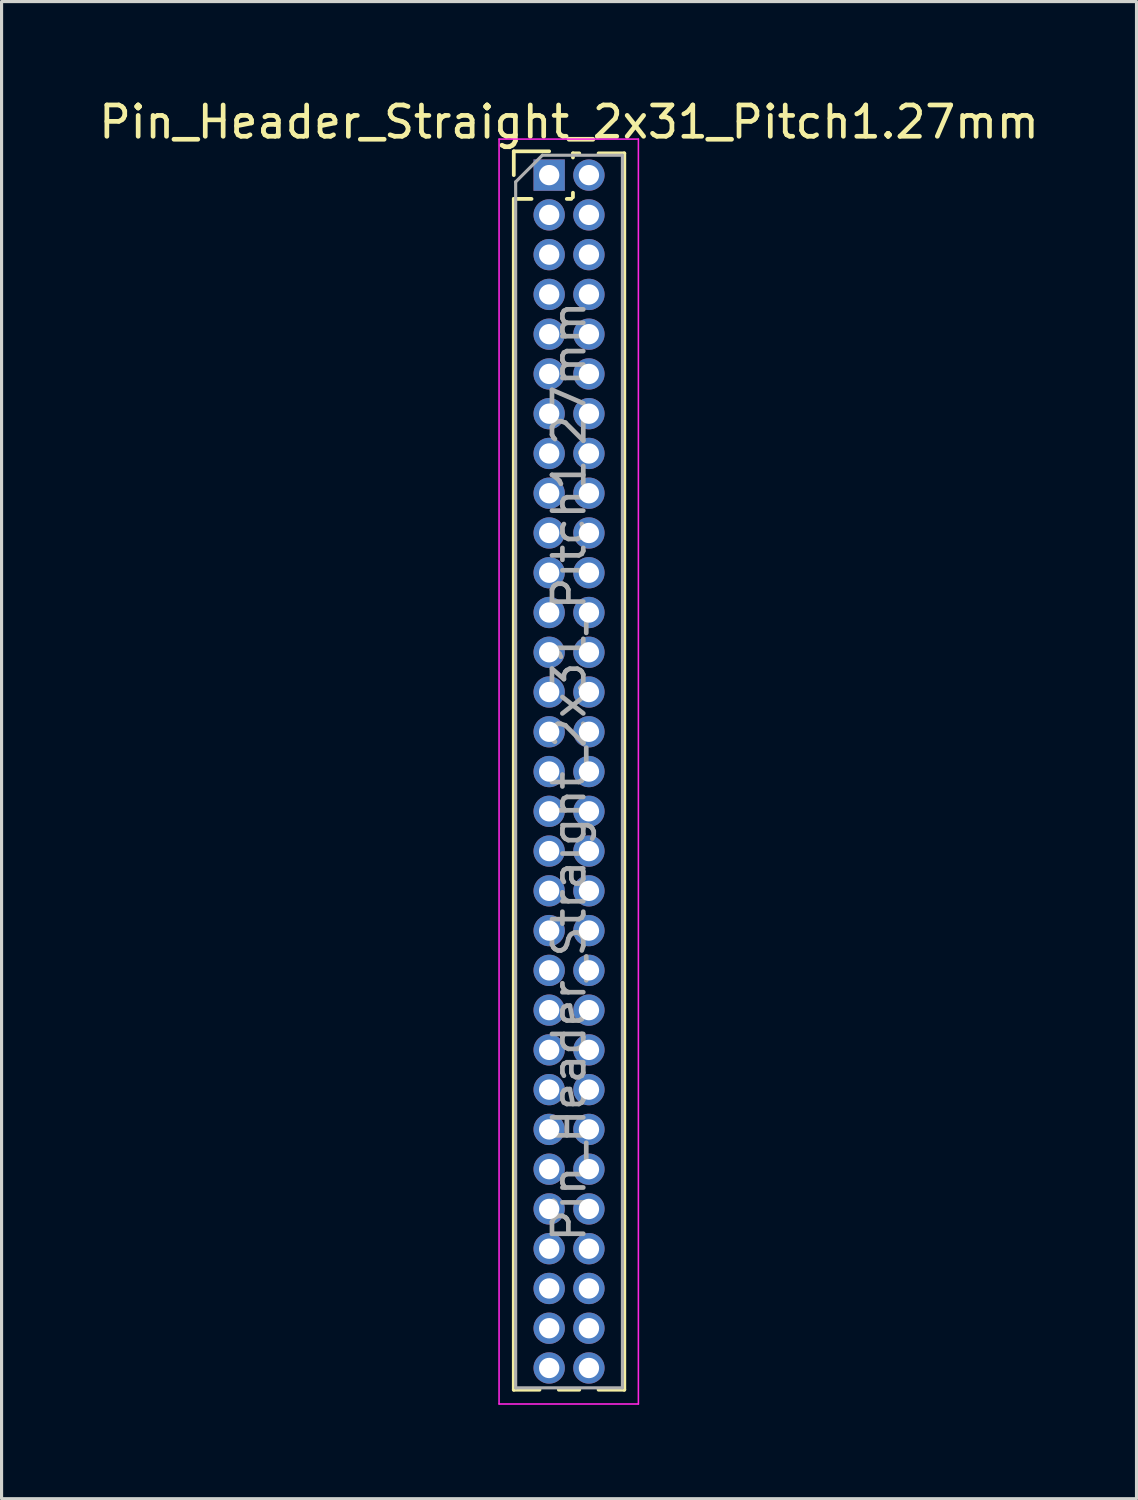
<source format=kicad_pcb>
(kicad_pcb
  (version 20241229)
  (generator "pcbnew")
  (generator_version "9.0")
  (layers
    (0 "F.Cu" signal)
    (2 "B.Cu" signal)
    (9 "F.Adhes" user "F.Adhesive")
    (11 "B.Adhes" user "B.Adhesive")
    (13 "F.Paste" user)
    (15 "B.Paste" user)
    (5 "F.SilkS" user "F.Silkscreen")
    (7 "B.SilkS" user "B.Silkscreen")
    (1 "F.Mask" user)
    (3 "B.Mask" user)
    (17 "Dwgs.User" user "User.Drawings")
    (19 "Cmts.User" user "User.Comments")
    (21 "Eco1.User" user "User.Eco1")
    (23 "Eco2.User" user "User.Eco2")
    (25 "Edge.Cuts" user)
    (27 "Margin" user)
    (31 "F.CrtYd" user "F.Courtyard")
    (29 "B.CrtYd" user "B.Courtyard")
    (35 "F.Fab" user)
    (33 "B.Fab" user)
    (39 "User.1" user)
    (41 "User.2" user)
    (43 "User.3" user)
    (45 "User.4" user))
  (footprint "Pin_Header_Straight_2x31_Pitch1.27mm"
    (layer "F.Cu")
    (at 14.49 2.543)
    (property "Reference" "Pin_Header_Straight_2x31_Pitch1.27mm" (at 0.635 -1.695 0) (layer "F.SilkS") (effects (font (size 1 1) (thickness 0.15))))
    (attr through_hole)
    (fp_line (start -1.13 -0.76) (end 0 -0.76) (stroke (width 0.12) (type solid)) (layer "F.SilkS"))
    (fp_line (start -1.13 0) (end -1.13 -0.76) (stroke (width 0.12) (type solid)) (layer "F.SilkS"))
    (fp_line (start -1.13 0.76) (end -1.13 38.795) (stroke (width 0.12) (type solid)) (layer "F.SilkS"))
    (fp_line (start -1.13 0.76) (end -0.563 0.76) (stroke (width 0.12) (type solid)) (layer "F.SilkS"))
    (fp_line (start -1.13 38.795) (end -0.308 38.795) (stroke (width 0.12) (type solid)) (layer "F.SilkS"))
    (fp_line (start 0.308 38.795) (end 0.962 38.795) (stroke (width 0.12) (type solid)) (layer "F.SilkS"))
    (fp_line (start 0.563 0.76) (end 0.707 0.76) (stroke (width 0.12) (type solid)) (layer "F.SilkS"))
    (fp_line (start 0.76 -0.695) (end 0.962 -0.695) (stroke (width 0.12) (type solid)) (layer "F.SilkS"))
    (fp_line (start 0.76 -0.563) (end 0.76 -0.695) (stroke (width 0.12) (type solid)) (layer "F.SilkS"))
    (fp_line (start 0.76 0.707) (end 0.76 0.563) (stroke (width 0.12) (type solid)) (layer "F.SilkS"))
    (fp_line (start 1.578 -0.695) (end 2.4 -0.695) (stroke (width 0.12) (type solid)) (layer "F.SilkS"))
    (fp_line (start 1.578 38.795) (end 2.4 38.795) (stroke (width 0.12) (type solid)) (layer "F.SilkS"))
    (fp_line (start 2.4 -0.695) (end 2.4 38.795) (stroke (width 0.12) (type solid)) (layer "F.SilkS"))
    (fp_line (start -1.6 -1.15) (end -1.6 39.25) (stroke (width 0.05) (type solid)) (layer "F.CrtYd"))
    (fp_line (start -1.6 39.25) (end 2.85 39.25) (stroke (width 0.05) (type solid)) (layer "F.CrtYd"))
    (fp_line (start 2.85 -1.15) (end -1.6 -1.15) (stroke (width 0.05) (type solid)) (layer "F.CrtYd"))
    (fp_line (start 2.85 39.25) (end 2.85 -1.15) (stroke (width 0.05) (type solid)) (layer "F.CrtYd"))
    (fp_line (start -1.07 0.217) (end -0.217 -0.635) (stroke (width 0.1) (type solid)) (layer "F.Fab"))
    (fp_line (start -1.07 38.735) (end -1.07 0.217) (stroke (width 0.1) (type solid)) (layer "F.Fab"))
    (fp_line (start -0.217 -0.635) (end 2.34 -0.635) (stroke (width 0.1) (type solid)) (layer "F.Fab"))
    (fp_line (start 2.34 -0.635) (end 2.34 38.735) (stroke (width 0.1) (type solid)) (layer "F.Fab"))
    (fp_line (start 2.34 38.735) (end -1.07 38.735) (stroke (width 0.1) (type solid)) (layer "F.Fab"))
    (fp_text user "${REFERENCE}" (at 0.635 19.05 90) (layer "F.Fab") (effects (font (size 1 1) (thickness 0.15))))
    (pad "1" thru_hole rect (at 0 0) (size 1 1) (drill 0.65) (layers "*.Cu" "*.Mask"))
    (pad "2" thru_hole oval (at 1.27 0) (size 1 1) (drill 0.65) (layers "*.Cu" "*.Mask"))
    (pad "3" thru_hole oval (at 0 1.27) (size 1 1) (drill 0.65) (layers "*.Cu" "*.Mask"))
    (pad "4" thru_hole oval (at 1.27 1.27) (size 1 1) (drill 0.65) (layers "*.Cu" "*.Mask"))
    (pad "5" thru_hole oval (at 0 2.54) (size 1 1) (drill 0.65) (layers "*.Cu" "*.Mask"))
    (pad "6" thru_hole oval (at 1.27 2.54) (size 1 1) (drill 0.65) (layers "*.Cu" "*.Mask"))
    (pad "7" thru_hole oval (at 0 3.81) (size 1 1) (drill 0.65) (layers "*.Cu" "*.Mask"))
    (pad "8" thru_hole oval (at 1.27 3.81) (size 1 1) (drill 0.65) (layers "*.Cu" "*.Mask"))
    (pad "9" thru_hole oval (at 0 5.08) (size 1 1) (drill 0.65) (layers "*.Cu" "*.Mask"))
    (pad "10" thru_hole oval (at 1.27 5.08) (size 1 1) (drill 0.65) (layers "*.Cu" "*.Mask"))
    (pad "11" thru_hole oval (at 0 6.35) (size 1 1) (drill 0.65) (layers "*.Cu" "*.Mask"))
    (pad "12" thru_hole oval (at 1.27 6.35) (size 1 1) (drill 0.65) (layers "*.Cu" "*.Mask"))
    (pad "13" thru_hole oval (at 0 7.62) (size 1 1) (drill 0.65) (layers "*.Cu" "*.Mask"))
    (pad "14" thru_hole oval (at 1.27 7.62) (size 1 1) (drill 0.65) (layers "*.Cu" "*.Mask"))
    (pad "15" thru_hole oval (at 0 8.89) (size 1 1) (drill 0.65) (layers "*.Cu" "*.Mask"))
    (pad "16" thru_hole oval (at 1.27 8.89) (size 1 1) (drill 0.65) (layers "*.Cu" "*.Mask"))
    (pad "17" thru_hole oval (at 0 10.16) (size 1 1) (drill 0.65) (layers "*.Cu" "*.Mask"))
    (pad "18" thru_hole oval (at 1.27 10.16) (size 1 1) (drill 0.65) (layers "*.Cu" "*.Mask"))
    (pad "19" thru_hole oval (at 0 11.43) (size 1 1) (drill 0.65) (layers "*.Cu" "*.Mask"))
    (pad "20" thru_hole oval (at 1.27 11.43) (size 1 1) (drill 0.65) (layers "*.Cu" "*.Mask"))
    (pad "21" thru_hole oval (at 0 12.7) (size 1 1) (drill 0.65) (layers "*.Cu" "*.Mask"))
    (pad "22" thru_hole oval (at 1.27 12.7) (size 1 1) (drill 0.65) (layers "*.Cu" "*.Mask"))
    (pad "23" thru_hole oval (at 0 13.97) (size 1 1) (drill 0.65) (layers "*.Cu" "*.Mask"))
    (pad "24" thru_hole oval (at 1.27 13.97) (size 1 1) (drill 0.65) (layers "*.Cu" "*.Mask"))
    (pad "25" thru_hole oval (at 0 15.24) (size 1 1) (drill 0.65) (layers "*.Cu" "*.Mask"))
    (pad "26" thru_hole oval (at 1.27 15.24) (size 1 1) (drill 0.65) (layers "*.Cu" "*.Mask"))
    (pad "27" thru_hole oval (at 0 16.51) (size 1 1) (drill 0.65) (layers "*.Cu" "*.Mask"))
    (pad "28" thru_hole oval (at 1.27 16.51) (size 1 1) (drill 0.65) (layers "*.Cu" "*.Mask"))
    (pad "29" thru_hole oval (at 0 17.78) (size 1 1) (drill 0.65) (layers "*.Cu" "*.Mask"))
    (pad "30" thru_hole oval (at 1.27 17.78) (size 1 1) (drill 0.65) (layers "*.Cu" "*.Mask"))
    (pad "31" thru_hole oval (at 0 19.05) (size 1 1) (drill 0.65) (layers "*.Cu" "*.Mask"))
    (pad "32" thru_hole oval (at 1.27 19.05) (size 1 1) (drill 0.65) (layers "*.Cu" "*.Mask"))
    (pad "33" thru_hole oval (at 0 20.32) (size 1 1) (drill 0.65) (layers "*.Cu" "*.Mask"))
    (pad "34" thru_hole oval (at 1.27 20.32) (size 1 1) (drill 0.65) (layers "*.Cu" "*.Mask"))
    (pad "35" thru_hole oval (at 0 21.59) (size 1 1) (drill 0.65) (layers "*.Cu" "*.Mask"))
    (pad "36" thru_hole oval (at 1.27 21.59) (size 1 1) (drill 0.65) (layers "*.Cu" "*.Mask"))
    (pad "37" thru_hole oval (at 0 22.86) (size 1 1) (drill 0.65) (layers "*.Cu" "*.Mask"))
    (pad "38" thru_hole oval (at 1.27 22.86) (size 1 1) (drill 0.65) (layers "*.Cu" "*.Mask"))
    (pad "39" thru_hole oval (at 0 24.13) (size 1 1) (drill 0.65) (layers "*.Cu" "*.Mask"))
    (pad "40" thru_hole oval (at 1.27 24.13) (size 1 1) (drill 0.65) (layers "*.Cu" "*.Mask"))
    (pad "41" thru_hole oval (at 0 25.4) (size 1 1) (drill 0.65) (layers "*.Cu" "*.Mask"))
    (pad "42" thru_hole oval (at 1.27 25.4) (size 1 1) (drill 0.65) (layers "*.Cu" "*.Mask"))
    (pad "43" thru_hole oval (at 0 26.67) (size 1 1) (drill 0.65) (layers "*.Cu" "*.Mask"))
    (pad "44" thru_hole oval (at 1.27 26.67) (size 1 1) (drill 0.65) (layers "*.Cu" "*.Mask"))
    (pad "45" thru_hole oval (at 0 27.94) (size 1 1) (drill 0.65) (layers "*.Cu" "*.Mask"))
    (pad "46" thru_hole oval (at 1.27 27.94) (size 1 1) (drill 0.65) (layers "*.Cu" "*.Mask"))
    (pad "47" thru_hole oval (at 0 29.21) (size 1 1) (drill 0.65) (layers "*.Cu" "*.Mask"))
    (pad "48" thru_hole oval (at 1.27 29.21) (size 1 1) (drill 0.65) (layers "*.Cu" "*.Mask"))
    (pad "49" thru_hole oval (at 0 30.48) (size 1 1) (drill 0.65) (layers "*.Cu" "*.Mask"))
    (pad "50" thru_hole oval (at 1.27 30.48) (size 1 1) (drill 0.65) (layers "*.Cu" "*.Mask"))
    (pad "51" thru_hole oval (at 0 31.75) (size 1 1) (drill 0.65) (layers "*.Cu" "*.Mask"))
    (pad "52" thru_hole oval (at 1.27 31.75) (size 1 1) (drill 0.65) (layers "*.Cu" "*.Mask"))
    (pad "53" thru_hole oval (at 0 33.02) (size 1 1) (drill 0.65) (layers "*.Cu" "*.Mask"))
    (pad "54" thru_hole oval (at 1.27 33.02) (size 1 1) (drill 0.65) (layers "*.Cu" "*.Mask"))
    (pad "55" thru_hole oval (at 0 34.29) (size 1 1) (drill 0.65) (layers "*.Cu" "*.Mask"))
    (pad "56" thru_hole oval (at 1.27 34.29) (size 1 1) (drill 0.65) (layers "*.Cu" "*.Mask"))
    (pad "57" thru_hole oval (at 0 35.56) (size 1 1) (drill 0.65) (layers "*.Cu" "*.Mask"))
    (pad "58" thru_hole oval (at 1.27 35.56) (size 1 1) (drill 0.65) (layers "*.Cu" "*.Mask"))
    (pad "59" thru_hole oval (at 0 36.83) (size 1 1) (drill 0.65) (layers "*.Cu" "*.Mask"))
    (pad "60" thru_hole oval (at 1.27 36.83) (size 1 1) (drill 0.65) (layers "*.Cu" "*.Mask"))
    (pad "61" thru_hole oval (at 0 38.1) (size 1 1) (drill 0.65) (layers "*.Cu" "*.Mask"))
    (pad "62" thru_hole oval (at 1.27 38.1) (size 1 1) (drill 0.65) (layers "*.Cu" "*.Mask")))
  (gr_rect
    (start -3 -3)
    (end 33.25 44.818)
    (stroke (width 0.1) (type default))
    (fill no)
    (layer "Edge.Cuts")))
</source>
